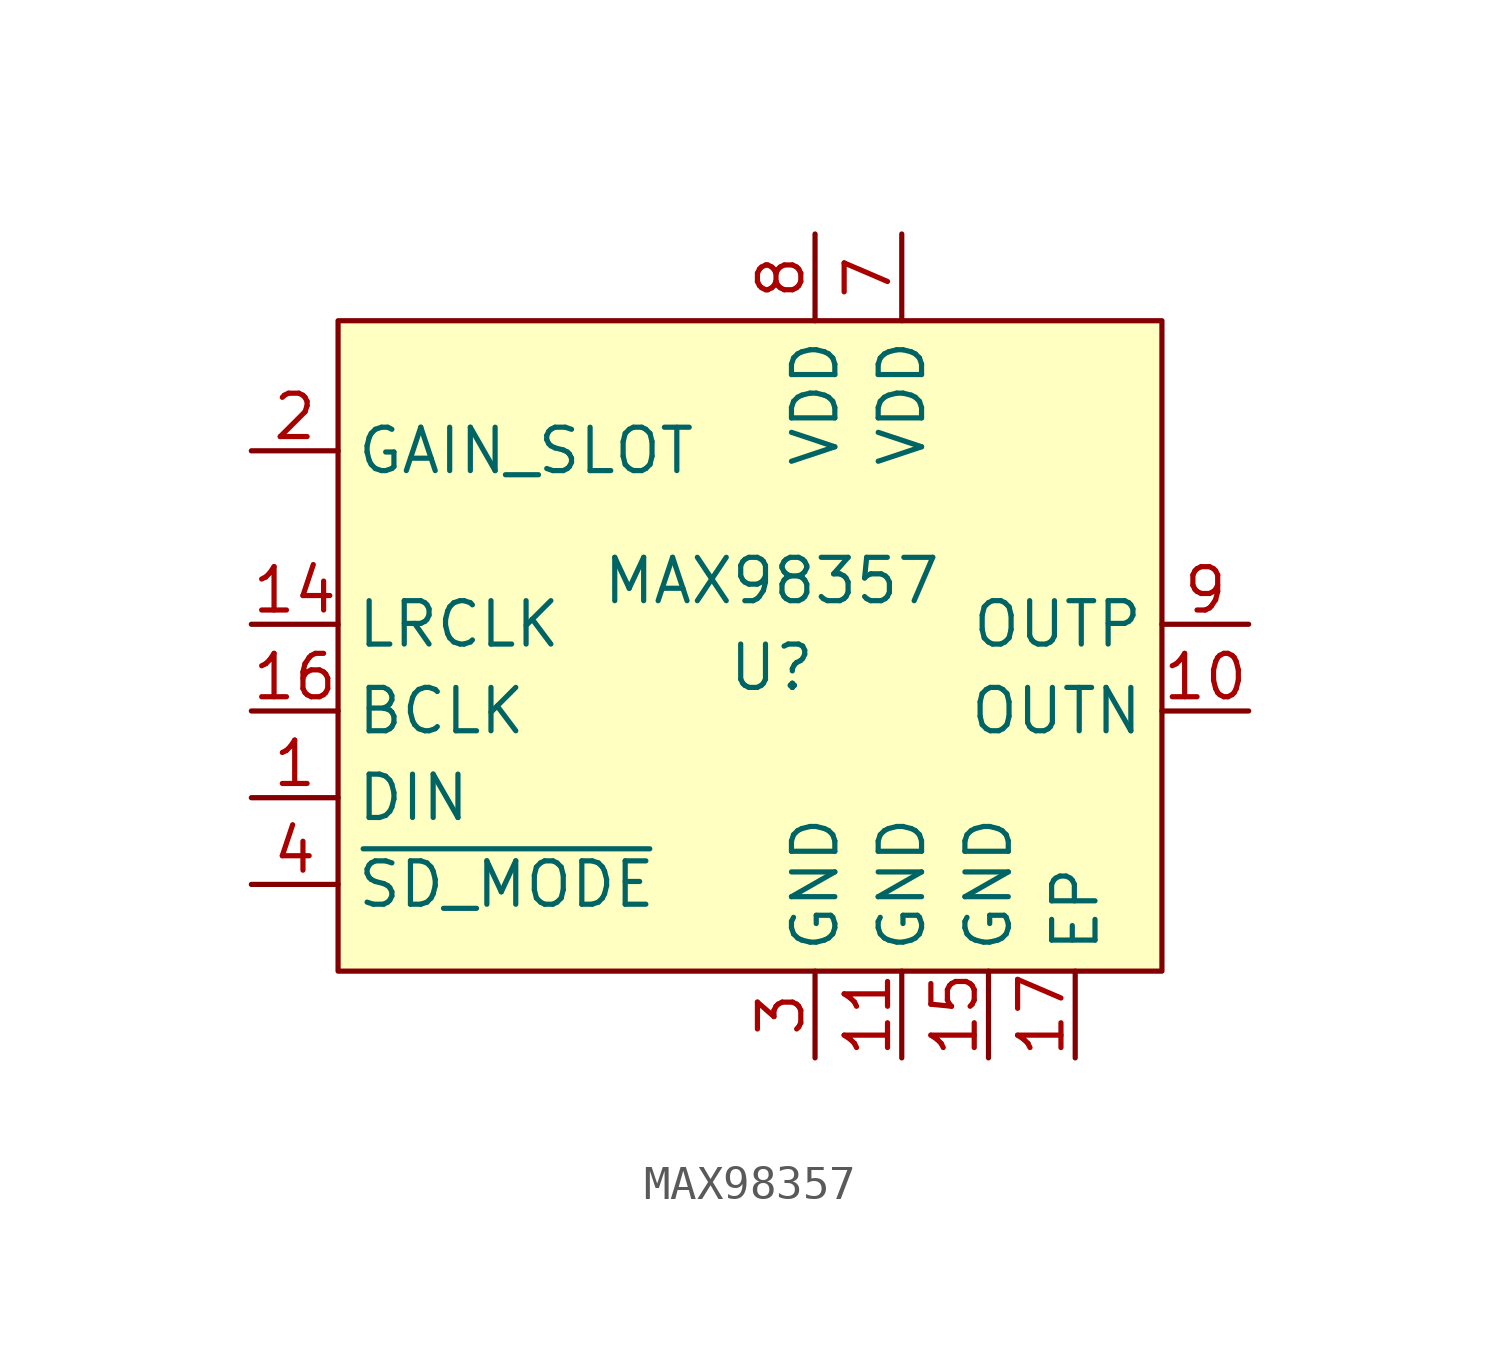
<source format=kicad_sym>
(kicad_symbol_lib
  (version 20211014)
  (generator kicad_symbol_editor)
  (symbol "MAX98357"
    (property "Reference" "U"
      (at 0 0 0)
      (effects (font (size 1.27 1.27))))
    (property "Value" "MAX98357"
      (at 0 2.54 0)
      (effects (font (size 1.27 1.27))))
    (symbol "MAX98357_0_0"
      (pin input line (at -15.24 -3.81 0) (length 2.54) (name "DIN" (effects (font (size 1.27 1.27)))) (number "1" (effects (font (size 1.27 1.27)))))
      (pin output line (at 13.97 -1.27 180) (length 2.54) (name "OUTN" (effects (font (size 1.27 1.27)))) (number "10" (effects (font (size 1.27 1.27)))))
      (pin passive line (at 3.81 -11.43 90) (length 2.54) (name "GND" (effects (font (size 1.27 1.27)))) (number "11" (effects (font (size 1.27 1.27)))))
      (pin no_connect line (at 13.97 6.35 180) (length 2.54) hide (name "NC" (effects (font (size 1.27 1.27)))) (number "12" (effects (font (size 1.27 1.27)))))
      (pin no_connect line (at 13.97 5.08 180) (length 2.54) hide (name "NC" (effects (font (size 1.27 1.27)))) (number "13" (effects (font (size 1.27 1.27)))))
      (pin input line (at -15.24 1.27 0) (length 2.54) (name "LRCLK" (effects (font (size 1.27 1.27)))) (number "14" (effects (font (size 1.27 1.27)))))
      (pin passive line (at 6.35 -11.43 90) (length 2.54) (name "GND" (effects (font (size 1.27 1.27)))) (number "15" (effects (font (size 1.27 1.27)))))
      (pin input line (at -15.24 -1.27 0) (length 2.54) (name "BCLK" (effects (font (size 1.27 1.27)))) (number "16" (effects (font (size 1.27 1.27)))))
      (pin passive line (at 8.89 -11.43 90) (length 2.54) (name "EP" (effects (font (size 1.27 1.27)))) (number "17" (effects (font (size 1.27 1.27)))))
      (pin input line (at -15.24 6.35 0) (length 2.54) (name "GAIN_SLOT" (effects (font (size 1.27 1.27)))) (number "2" (effects (font (size 1.27 1.27)))))
      (pin passive line (at 1.27 -11.43 90) (length 2.54) (name "GND" (effects (font (size 1.27 1.27)))) (number "3" (effects (font (size 1.27 1.27)))))
      (pin input line (at -15.24 -6.35 0) (length 2.54) (name "~{SD_MODE}" (effects (font (size 1.27 1.27)))) (number "4" (effects (font (size 1.27 1.27)))))
      (pin no_connect line (at 13.97 8.89 180) (length 2.54) hide (name "NC" (effects (font (size 1.27 1.27)))) (number "5" (effects (font (size 1.27 1.27)))))
      (pin no_connect line (at 13.97 7.62 180) (length 2.54) hide (name "NC" (effects (font (size 1.27 1.27)))) (number "6" (effects (font (size 1.27 1.27)))))
      (pin power_in line (at 3.81 12.7 270) (length 2.54) (name "VDD" (effects (font (size 1.27 1.27)))) (number "7" (effects (font (size 1.27 1.27)))))
      (pin power_in line (at 1.27 12.7 270) (length 2.54) (name "VDD" (effects (font (size 1.27 1.27)))) (number "8" (effects (font (size 1.27 1.27)))))
      (pin output line (at 13.97 1.27 180) (length 2.54) (name "OUTP" (effects (font (size 1.27 1.27)))) (number "9" (effects (font (size 1.27 1.27))))))
    (symbol "MAX98357_0_1"
      (rectangle (start -12.7 10.16) (end 11.43 -8.89) (stroke (width 0) (type default) (color 0 0 0 0)) (fill (type background))))))
</source>
